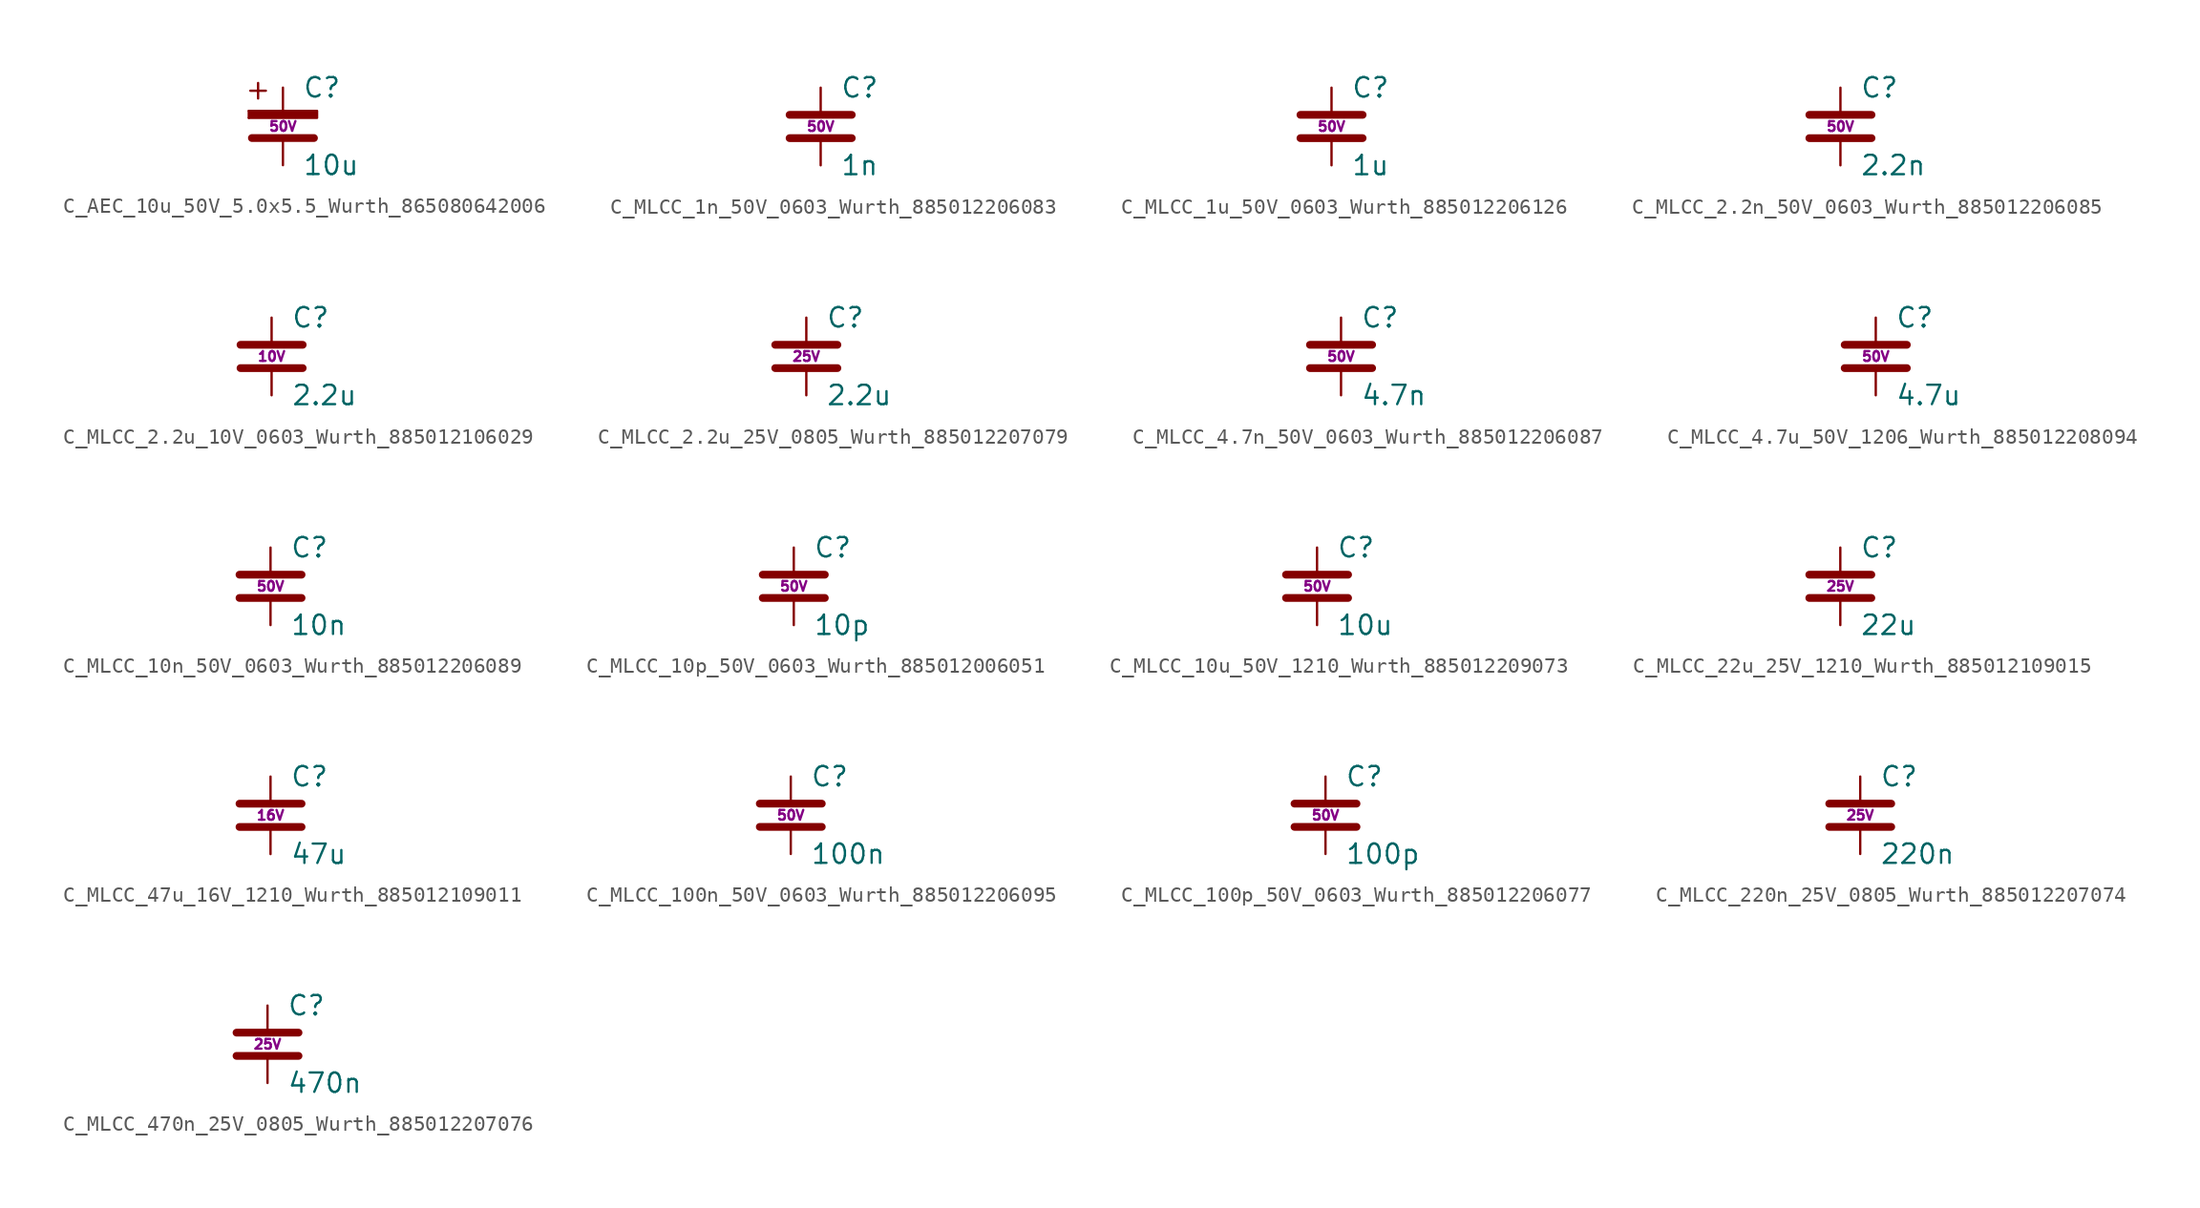
<source format=kicad_sym>
(kicad_symbol_lib
  (version 20220914)
  (generator kicad_symbol_editor)
  (symbol "C_AEC_10u_50V_5.0x5.5_Wurth_865080642006"
    (pin_numbers hide)
    (pin_names
      (offset 0.254))
    (property "Reference" "C"
      (at 1.27 2.54 0)
      (effects (font (size 1.27 1.27)) (justify left)))
    (property "Value" "10u"
      (at 1.27 -2.54 0)
      (effects (font (size 1.27 1.27)) (justify left)))
    (property "Voltage" "50V"
      (at 0 0 0)
      (effects (font (size 0.635 0.635))))
    (symbol "C_AEC_10u_50V_5.0x5.5_Wurth_865080642006_0_1"
      (polyline (pts (xy -2.235 0.559) (xy -2.235 1.016)) (stroke (width 0) (type default)) (fill (type none)))
      (polyline (pts (xy -2.134 2.337) (xy -1.118 2.337)) (stroke (width 0) (type default)) (fill (type none)))
      (polyline (pts (xy -2.032 -0.762) (xy 2.032 -0.762)) (stroke (width 0.508) (type default)) (fill (type none)))
      (polyline (pts (xy -1.626 1.829) (xy -1.626 2.845)) (stroke (width 0) (type default)) (fill (type none))))
    (symbol "C_AEC_10u_50V_5.0x5.5_Wurth_865080642006_1_1"
      (polyline (pts (xy -2.235 1.016) (xy 2.235 1.016) (xy 2.235 0.559) (xy -2.235 0.559)) (stroke (width 0) (type default)) (fill (type outline)))
      (pin passive line (at 0 2.54 270) (length 1.778) (name "~" (effects (font (size 1.016 1.016)))) (number "1" (effects (font (size 1.016 1.016)))))
      (pin passive line (at 0 -2.54 90) (length 1.778) (name "~" (effects (font (size 1.016 1.016)))) (number "2" (effects (font (size 1.016 1.016)))))))
  (symbol "C_MLCC_1n_50V_0603_Wurth_885012206083"
    (pin_numbers hide)
    (pin_names
      (offset 0.254))
    (property "Reference" "C"
      (at 1.27 2.54 0)
      (effects (font (size 1.27 1.27)) (justify left)))
    (property "Value" "1n"
      (at 1.27 -2.54 0)
      (effects (font (size 1.27 1.27)) (justify left)))
    (property "Voltage" "50V"
      (at 0 0 0)
      (effects (font (size 0.635 0.635))))
    (symbol "C_MLCC_1n_50V_0603_Wurth_885012206083_0_1"
      (polyline (pts (xy -2.032 -0.762) (xy 2.032 -0.762)) (stroke (width 0.508) (type default)) (fill (type none)))
      (polyline (pts (xy -2.032 0.762) (xy 2.032 0.762)) (stroke (width 0.508) (type default)) (fill (type none))))
    (symbol "C_MLCC_1n_50V_0603_Wurth_885012206083_1_1"
      (pin passive line (at 0 2.54 270) (length 1.778) (name "~" (effects (font (size 1.016 1.016)))) (number "1" (effects (font (size 1.016 1.016)))))
      (pin passive line (at 0 -2.54 90) (length 1.778) (name "~" (effects (font (size 1.016 1.016)))) (number "2" (effects (font (size 1.016 1.016)))))))
  (symbol "C_MLCC_1u_50V_0603_Wurth_885012206126"
    (pin_numbers hide)
    (pin_names
      (offset 0.254))
    (property "Reference" "C"
      (at 1.27 2.54 0)
      (effects (font (size 1.27 1.27)) (justify left)))
    (property "Value" "1u"
      (at 1.27 -2.54 0)
      (effects (font (size 1.27 1.27)) (justify left)))
    (property "Voltage" "50V"
      (at 0 0 0)
      (effects (font (size 0.635 0.635))))
    (symbol "C_MLCC_1u_50V_0603_Wurth_885012206126_0_1"
      (polyline (pts (xy -2.032 -0.762) (xy 2.032 -0.762)) (stroke (width 0.508) (type default)) (fill (type none)))
      (polyline (pts (xy -2.032 0.762) (xy 2.032 0.762)) (stroke (width 0.508) (type default)) (fill (type none))))
    (symbol "C_MLCC_1u_50V_0603_Wurth_885012206126_1_1"
      (pin passive line (at 0 2.54 270) (length 1.778) (name "~" (effects (font (size 1.016 1.016)))) (number "1" (effects (font (size 1.016 1.016)))))
      (pin passive line (at 0 -2.54 90) (length 1.778) (name "~" (effects (font (size 1.016 1.016)))) (number "2" (effects (font (size 1.016 1.016)))))))
  (symbol "C_MLCC_2.2n_50V_0603_Wurth_885012206085"
    (pin_numbers hide)
    (pin_names
      (offset 0.254))
    (property "Reference" "C"
      (at 1.27 2.54 0)
      (effects (font (size 1.27 1.27)) (justify left)))
    (property "Value" "2.2n"
      (at 1.27 -2.54 0)
      (effects (font (size 1.27 1.27)) (justify left)))
    (property "Voltage" "50V"
      (at 0 0 0)
      (effects (font (size 0.635 0.635))))
    (symbol "C_MLCC_2.2n_50V_0603_Wurth_885012206085_0_1"
      (polyline (pts (xy -2.032 -0.762) (xy 2.032 -0.762)) (stroke (width 0.508) (type default)) (fill (type none)))
      (polyline (pts (xy -2.032 0.762) (xy 2.032 0.762)) (stroke (width 0.508) (type default)) (fill (type none))))
    (symbol "C_MLCC_2.2n_50V_0603_Wurth_885012206085_1_1"
      (pin passive line (at 0 2.54 270) (length 1.778) (name "~" (effects (font (size 1.016 1.016)))) (number "1" (effects (font (size 1.016 1.016)))))
      (pin passive line (at 0 -2.54 90) (length 1.778) (name "~" (effects (font (size 1.016 1.016)))) (number "2" (effects (font (size 1.016 1.016)))))))
  (symbol "C_MLCC_2.2u_10V_0603_Wurth_885012106029"
    (pin_numbers hide)
    (pin_names
      (offset 0.254))
    (property "Reference" "C"
      (at 1.27 2.54 0)
      (effects (font (size 1.27 1.27)) (justify left)))
    (property "Value" "2.2u"
      (at 1.27 -2.54 0)
      (effects (font (size 1.27 1.27)) (justify left)))
    (property "Voltage" "10V"
      (at 0 0 0)
      (effects (font (size 0.635 0.635))))
    (symbol "C_MLCC_2.2u_10V_0603_Wurth_885012106029_0_1"
      (polyline (pts (xy -2.032 -0.762) (xy 2.032 -0.762)) (stroke (width 0.508) (type default)) (fill (type none)))
      (polyline (pts (xy -2.032 0.762) (xy 2.032 0.762)) (stroke (width 0.508) (type default)) (fill (type none))))
    (symbol "C_MLCC_2.2u_10V_0603_Wurth_885012106029_1_1"
      (pin passive line (at 0 2.54 270) (length 1.778) (name "~" (effects (font (size 1.016 1.016)))) (number "1" (effects (font (size 1.016 1.016)))))
      (pin passive line (at 0 -2.54 90) (length 1.778) (name "~" (effects (font (size 1.016 1.016)))) (number "2" (effects (font (size 1.016 1.016)))))))
  (symbol "C_MLCC_2.2u_25V_0805_Wurth_885012207079"
    (pin_numbers hide)
    (pin_names
      (offset 0.254))
    (property "Reference" "C"
      (at 1.27 2.54 0)
      (effects (font (size 1.27 1.27)) (justify left)))
    (property "Value" "2.2u"
      (at 1.27 -2.54 0)
      (effects (font (size 1.27 1.27)) (justify left)))
    (property "Voltage" "25V"
      (at 0 0 0)
      (effects (font (size 0.635 0.635))))
    (symbol "C_MLCC_2.2u_25V_0805_Wurth_885012207079_0_1"
      (polyline (pts (xy -2.032 -0.762) (xy 2.032 -0.762)) (stroke (width 0.508) (type default)) (fill (type none)))
      (polyline (pts (xy -2.032 0.762) (xy 2.032 0.762)) (stroke (width 0.508) (type default)) (fill (type none))))
    (symbol "C_MLCC_2.2u_25V_0805_Wurth_885012207079_1_1"
      (pin passive line (at 0 2.54 270) (length 1.778) (name "~" (effects (font (size 1.016 1.016)))) (number "1" (effects (font (size 1.016 1.016)))))
      (pin passive line (at 0 -2.54 90) (length 1.778) (name "~" (effects (font (size 1.016 1.016)))) (number "2" (effects (font (size 1.016 1.016)))))))
  (symbol "C_MLCC_4.7n_50V_0603_Wurth_885012206087"
    (pin_numbers hide)
    (pin_names
      (offset 0.254))
    (property "Reference" "C"
      (at 1.27 2.54 0)
      (effects (font (size 1.27 1.27)) (justify left)))
    (property "Value" "4.7n"
      (at 1.27 -2.54 0)
      (effects (font (size 1.27 1.27)) (justify left)))
    (property "Voltage" "50V"
      (at 0 0 0)
      (effects (font (size 0.635 0.635))))
    (symbol "C_MLCC_4.7n_50V_0603_Wurth_885012206087_0_1"
      (polyline (pts (xy -2.032 -0.762) (xy 2.032 -0.762)) (stroke (width 0.508) (type default)) (fill (type none)))
      (polyline (pts (xy -2.032 0.762) (xy 2.032 0.762)) (stroke (width 0.508) (type default)) (fill (type none))))
    (symbol "C_MLCC_4.7n_50V_0603_Wurth_885012206087_1_1"
      (pin passive line (at 0 2.54 270) (length 1.778) (name "~" (effects (font (size 1.016 1.016)))) (number "1" (effects (font (size 1.016 1.016)))))
      (pin passive line (at 0 -2.54 90) (length 1.778) (name "~" (effects (font (size 1.016 1.016)))) (number "2" (effects (font (size 1.016 1.016)))))))
  (symbol "C_MLCC_4.7u_50V_1206_Wurth_885012208094"
    (pin_numbers hide)
    (pin_names
      (offset 0.254))
    (property "Reference" "C"
      (at 1.27 2.54 0)
      (effects (font (size 1.27 1.27)) (justify left)))
    (property "Value" "4.7u"
      (at 1.27 -2.54 0)
      (effects (font (size 1.27 1.27)) (justify left)))
    (property "Voltage" "50V"
      (at 0 0 0)
      (effects (font (size 0.635 0.635))))
    (symbol "C_MLCC_4.7u_50V_1206_Wurth_885012208094_0_1"
      (polyline (pts (xy -2.032 -0.762) (xy 2.032 -0.762)) (stroke (width 0.508) (type default)) (fill (type none)))
      (polyline (pts (xy -2.032 0.762) (xy 2.032 0.762)) (stroke (width 0.508) (type default)) (fill (type none))))
    (symbol "C_MLCC_4.7u_50V_1206_Wurth_885012208094_1_1"
      (pin passive line (at 0 2.54 270) (length 1.778) (name "~" (effects (font (size 1.016 1.016)))) (number "1" (effects (font (size 1.016 1.016)))))
      (pin passive line (at 0 -2.54 90) (length 1.778) (name "~" (effects (font (size 1.016 1.016)))) (number "2" (effects (font (size 1.016 1.016)))))))
  (symbol "C_MLCC_10n_50V_0603_Wurth_885012206089"
    (pin_numbers hide)
    (pin_names
      (offset 0.254))
    (property "Reference" "C"
      (at 1.27 2.54 0)
      (effects (font (size 1.27 1.27)) (justify left)))
    (property "Value" "10n"
      (at 1.27 -2.54 0)
      (effects (font (size 1.27 1.27)) (justify left)))
    (property "Voltage" "50V"
      (at 0 0 0)
      (effects (font (size 0.635 0.635))))
    (symbol "C_MLCC_10n_50V_0603_Wurth_885012206089_0_1"
      (polyline (pts (xy -2.032 -0.762) (xy 2.032 -0.762)) (stroke (width 0.508) (type default)) (fill (type none)))
      (polyline (pts (xy -2.032 0.762) (xy 2.032 0.762)) (stroke (width 0.508) (type default)) (fill (type none))))
    (symbol "C_MLCC_10n_50V_0603_Wurth_885012206089_1_1"
      (pin passive line (at 0 2.54 270) (length 1.778) (name "~" (effects (font (size 1.016 1.016)))) (number "1" (effects (font (size 1.016 1.016)))))
      (pin passive line (at 0 -2.54 90) (length 1.778) (name "~" (effects (font (size 1.016 1.016)))) (number "2" (effects (font (size 1.016 1.016)))))))
  (symbol "C_MLCC_10p_50V_0603_Wurth_885012006051"
    (pin_numbers hide)
    (pin_names
      (offset 0.254))
    (property "Reference" "C"
      (at 1.27 2.54 0)
      (effects (font (size 1.27 1.27)) (justify left)))
    (property "Value" "10p"
      (at 1.27 -2.54 0)
      (effects (font (size 1.27 1.27)) (justify left)))
    (property "Voltage" "50V"
      (at 0 0 0)
      (effects (font (size 0.635 0.635))))
    (symbol "C_MLCC_10p_50V_0603_Wurth_885012006051_0_1"
      (polyline (pts (xy -2.032 -0.762) (xy 2.032 -0.762)) (stroke (width 0.508) (type default)) (fill (type none)))
      (polyline (pts (xy -2.032 0.762) (xy 2.032 0.762)) (stroke (width 0.508) (type default)) (fill (type none))))
    (symbol "C_MLCC_10p_50V_0603_Wurth_885012006051_1_1"
      (pin passive line (at 0 2.54 270) (length 1.778) (name "~" (effects (font (size 1.016 1.016)))) (number "1" (effects (font (size 1.016 1.016)))))
      (pin passive line (at 0 -2.54 90) (length 1.778) (name "~" (effects (font (size 1.016 1.016)))) (number "2" (effects (font (size 1.016 1.016)))))))
  (symbol "C_MLCC_10u_50V_1210_Wurth_885012209073"
    (pin_numbers hide)
    (pin_names
      (offset 0.254))
    (property "Reference" "C"
      (at 1.27 2.54 0)
      (effects (font (size 1.27 1.27)) (justify left)))
    (property "Value" "10u"
      (at 1.27 -2.54 0)
      (effects (font (size 1.27 1.27)) (justify left)))
    (property "Voltage" "50V"
      (at 0 0 0)
      (effects (font (size 0.635 0.635))))
    (symbol "C_MLCC_10u_50V_1210_Wurth_885012209073_0_1"
      (polyline (pts (xy -2.032 -0.762) (xy 2.032 -0.762)) (stroke (width 0.508) (type default)) (fill (type none)))
      (polyline (pts (xy -2.032 0.762) (xy 2.032 0.762)) (stroke (width 0.508) (type default)) (fill (type none))))
    (symbol "C_MLCC_10u_50V_1210_Wurth_885012209073_1_1"
      (pin passive line (at 0 2.54 270) (length 1.778) (name "~" (effects (font (size 1.016 1.016)))) (number "1" (effects (font (size 1.016 1.016)))))
      (pin passive line (at 0 -2.54 90) (length 1.778) (name "~" (effects (font (size 1.016 1.016)))) (number "2" (effects (font (size 1.016 1.016)))))))
  (symbol "C_MLCC_22u_25V_1210_Wurth_885012109015"
    (pin_numbers hide)
    (pin_names
      (offset 0.254))
    (property "Reference" "C"
      (at 1.27 2.54 0)
      (effects (font (size 1.27 1.27)) (justify left)))
    (property "Value" "22u"
      (at 1.27 -2.54 0)
      (effects (font (size 1.27 1.27)) (justify left)))
    (property "Voltage" "25V"
      (at 0 0 0)
      (effects (font (size 0.635 0.635))))
    (symbol "C_MLCC_22u_25V_1210_Wurth_885012109015_0_1"
      (polyline (pts (xy -2.032 -0.762) (xy 2.032 -0.762)) (stroke (width 0.508) (type default)) (fill (type none)))
      (polyline (pts (xy -2.032 0.762) (xy 2.032 0.762)) (stroke (width 0.508) (type default)) (fill (type none))))
    (symbol "C_MLCC_22u_25V_1210_Wurth_885012109015_1_1"
      (pin passive line (at 0 2.54 270) (length 1.778) (name "~" (effects (font (size 1.016 1.016)))) (number "1" (effects (font (size 1.016 1.016)))))
      (pin passive line (at 0 -2.54 90) (length 1.778) (name "~" (effects (font (size 1.016 1.016)))) (number "2" (effects (font (size 1.016 1.016)))))))
  (symbol "C_MLCC_47u_16V_1210_Wurth_885012109011"
    (pin_numbers hide)
    (pin_names
      (offset 0.254))
    (property "Reference" "C"
      (at 1.27 2.54 0)
      (effects (font (size 1.27 1.27)) (justify left)))
    (property "Value" "47u"
      (at 1.27 -2.54 0)
      (effects (font (size 1.27 1.27)) (justify left)))
    (property "Voltage" "16V"
      (at 0 0 0)
      (effects (font (size 0.635 0.635))))
    (symbol "C_MLCC_47u_16V_1210_Wurth_885012109011_0_1"
      (polyline (pts (xy -2.032 -0.762) (xy 2.032 -0.762)) (stroke (width 0.508) (type default)) (fill (type none)))
      (polyline (pts (xy -2.032 0.762) (xy 2.032 0.762)) (stroke (width 0.508) (type default)) (fill (type none))))
    (symbol "C_MLCC_47u_16V_1210_Wurth_885012109011_1_1"
      (pin passive line (at 0 2.54 270) (length 1.778) (name "~" (effects (font (size 1.016 1.016)))) (number "1" (effects (font (size 1.016 1.016)))))
      (pin passive line (at 0 -2.54 90) (length 1.778) (name "~" (effects (font (size 1.016 1.016)))) (number "2" (effects (font (size 1.016 1.016)))))))
  (symbol "C_MLCC_100n_50V_0603_Wurth_885012206095"
    (pin_numbers hide)
    (pin_names
      (offset 0.254))
    (property "Reference" "C"
      (at 1.27 2.54 0)
      (effects (font (size 1.27 1.27)) (justify left)))
    (property "Value" "100n"
      (at 1.27 -2.54 0)
      (effects (font (size 1.27 1.27)) (justify left)))
    (property "Voltage" "50V"
      (at 0 0 0)
      (effects (font (size 0.635 0.635))))
    (symbol "C_MLCC_100n_50V_0603_Wurth_885012206095_0_1"
      (polyline (pts (xy -2.032 -0.762) (xy 2.032 -0.762)) (stroke (width 0.508) (type default)) (fill (type none)))
      (polyline (pts (xy -2.032 0.762) (xy 2.032 0.762)) (stroke (width 0.508) (type default)) (fill (type none))))
    (symbol "C_MLCC_100n_50V_0603_Wurth_885012206095_1_1"
      (pin passive line (at 0 2.54 270) (length 1.778) (name "~" (effects (font (size 1.016 1.016)))) (number "1" (effects (font (size 1.016 1.016)))))
      (pin passive line (at 0 -2.54 90) (length 1.778) (name "~" (effects (font (size 1.016 1.016)))) (number "2" (effects (font (size 1.016 1.016)))))))
  (symbol "C_MLCC_100p_50V_0603_Wurth_885012206077"
    (pin_numbers hide)
    (pin_names
      (offset 0.254))
    (property "Reference" "C"
      (at 1.27 2.54 0)
      (effects (font (size 1.27 1.27)) (justify left)))
    (property "Value" "100p"
      (at 1.27 -2.54 0)
      (effects (font (size 1.27 1.27)) (justify left)))
    (property "Voltage" "50V"
      (at 0 0 0)
      (effects (font (size 0.635 0.635))))
    (symbol "C_MLCC_100p_50V_0603_Wurth_885012206077_0_1"
      (polyline (pts (xy -2.032 -0.762) (xy 2.032 -0.762)) (stroke (width 0.508) (type default)) (fill (type none)))
      (polyline (pts (xy -2.032 0.762) (xy 2.032 0.762)) (stroke (width 0.508) (type default)) (fill (type none))))
    (symbol "C_MLCC_100p_50V_0603_Wurth_885012206077_1_1"
      (pin passive line (at 0 2.54 270) (length 1.778) (name "~" (effects (font (size 1.016 1.016)))) (number "1" (effects (font (size 1.016 1.016)))))
      (pin passive line (at 0 -2.54 90) (length 1.778) (name "~" (effects (font (size 1.016 1.016)))) (number "2" (effects (font (size 1.016 1.016)))))))
  (symbol "C_MLCC_220n_25V_0805_Wurth_885012207074"
    (pin_numbers hide)
    (pin_names
      (offset 0.254))
    (property "Reference" "C"
      (at 1.27 2.54 0)
      (effects (font (size 1.27 1.27)) (justify left)))
    (property "Value" "220n"
      (at 1.27 -2.54 0)
      (effects (font (size 1.27 1.27)) (justify left)))
    (property "Voltage" "25V"
      (at 0 0 0)
      (effects (font (size 0.635 0.635))))
    (symbol "C_MLCC_220n_25V_0805_Wurth_885012207074_0_1"
      (polyline (pts (xy -2.032 -0.762) (xy 2.032 -0.762)) (stroke (width 0.508) (type default)) (fill (type none)))
      (polyline (pts (xy -2.032 0.762) (xy 2.032 0.762)) (stroke (width 0.508) (type default)) (fill (type none))))
    (symbol "C_MLCC_220n_25V_0805_Wurth_885012207074_1_1"
      (pin passive line (at 0 2.54 270) (length 1.778) (name "~" (effects (font (size 1.016 1.016)))) (number "1" (effects (font (size 1.016 1.016)))))
      (pin passive line (at 0 -2.54 90) (length 1.778) (name "~" (effects (font (size 1.016 1.016)))) (number "2" (effects (font (size 1.016 1.016)))))))
  (symbol "C_MLCC_470n_25V_0805_Wurth_885012207076"
    (pin_numbers hide)
    (pin_names
      (offset 0.254))
    (property "Reference" "C"
      (at 1.27 2.54 0)
      (effects (font (size 1.27 1.27)) (justify left)))
    (property "Value" "470n"
      (at 1.27 -2.54 0)
      (effects (font (size 1.27 1.27)) (justify left)))
    (property "Voltage" "25V"
      (at 0 0 0)
      (effects (font (size 0.635 0.635))))
    (symbol "C_MLCC_470n_25V_0805_Wurth_885012207076_0_1"
      (polyline (pts (xy -2.032 -0.762) (xy 2.032 -0.762)) (stroke (width 0.508) (type default)) (fill (type none)))
      (polyline (pts (xy -2.032 0.762) (xy 2.032 0.762)) (stroke (width 0.508) (type default)) (fill (type none))))
    (symbol "C_MLCC_470n_25V_0805_Wurth_885012207076_1_1"
      (pin passive line (at 0 2.54 270) (length 1.778) (name "~" (effects (font (size 1.016 1.016)))) (number "1" (effects (font (size 1.016 1.016)))))
      (pin passive line (at 0 -2.54 90) (length 1.778) (name "~" (effects (font (size 1.016 1.016)))) (number "2" (effects (font (size 1.016 1.016))))))))
</source>
